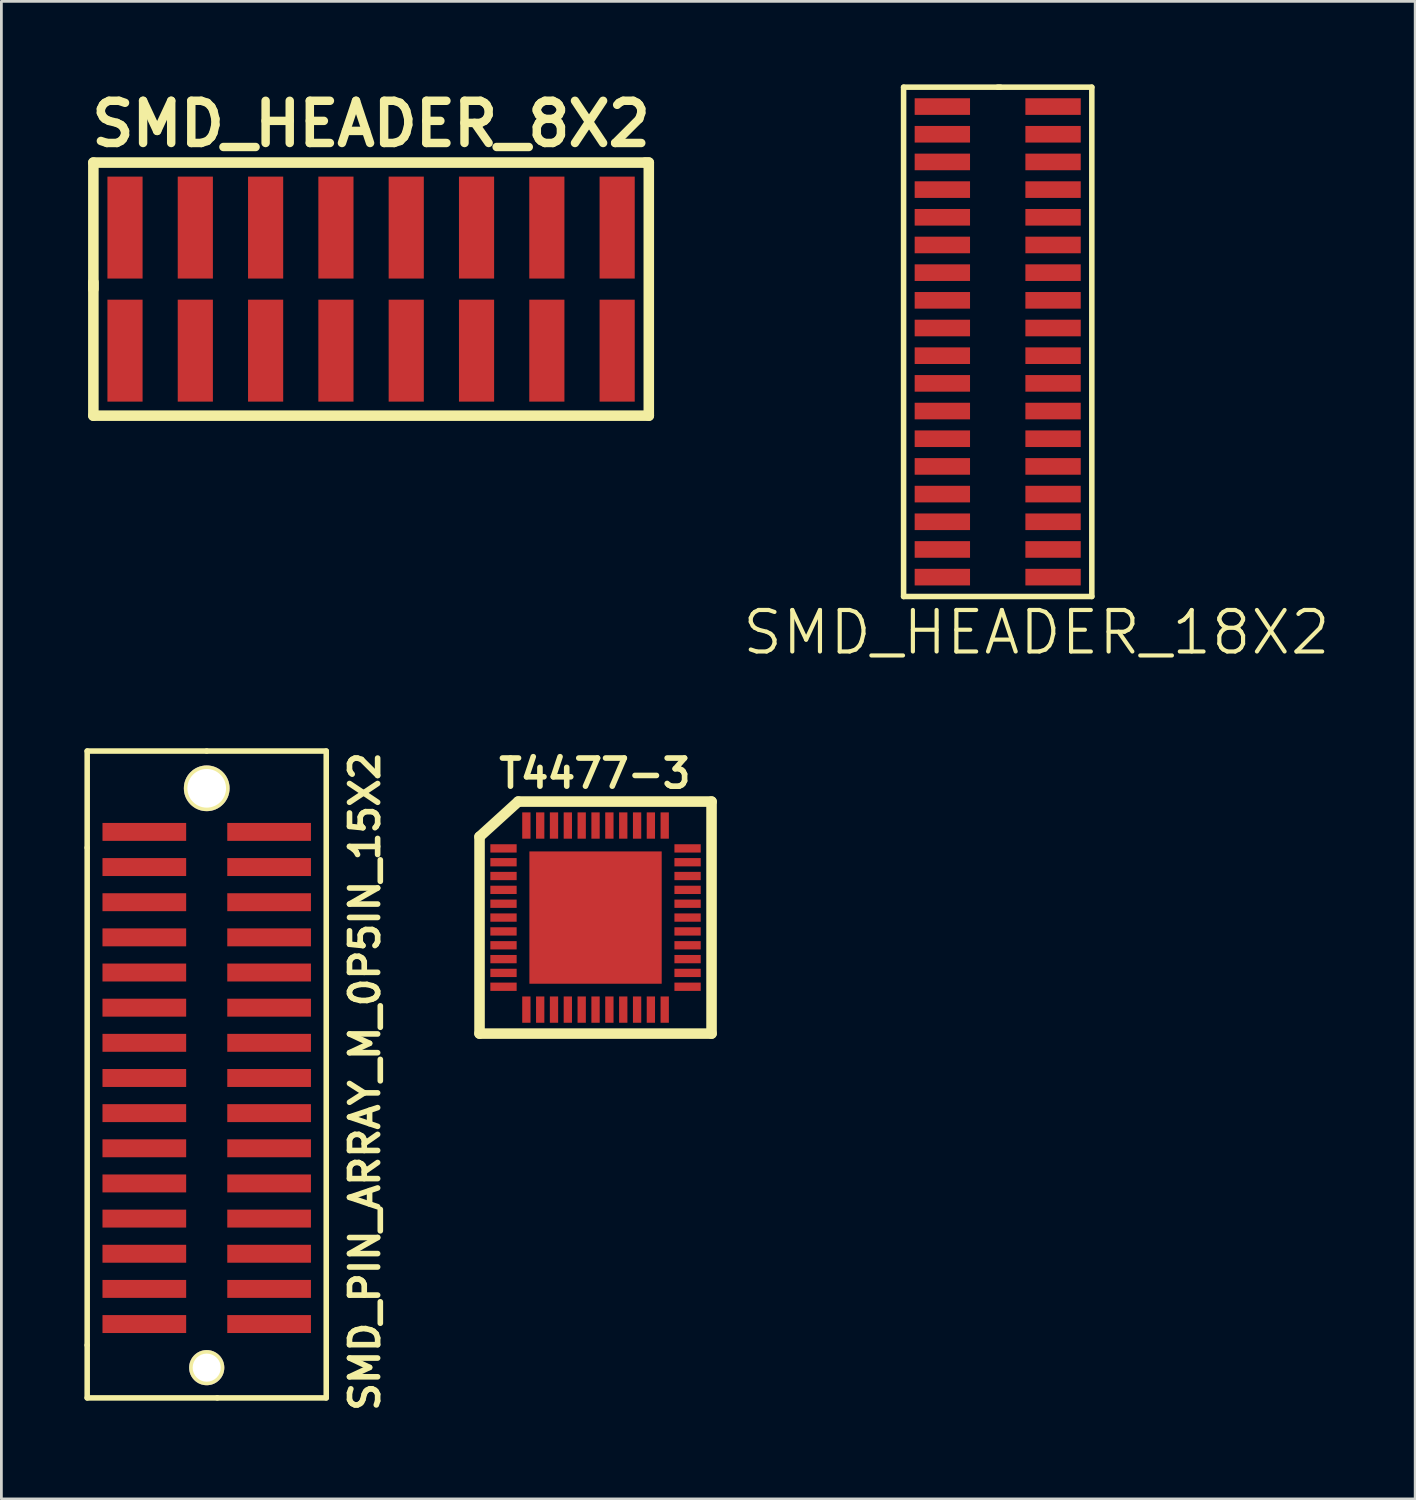
<source format=kicad_pcb>
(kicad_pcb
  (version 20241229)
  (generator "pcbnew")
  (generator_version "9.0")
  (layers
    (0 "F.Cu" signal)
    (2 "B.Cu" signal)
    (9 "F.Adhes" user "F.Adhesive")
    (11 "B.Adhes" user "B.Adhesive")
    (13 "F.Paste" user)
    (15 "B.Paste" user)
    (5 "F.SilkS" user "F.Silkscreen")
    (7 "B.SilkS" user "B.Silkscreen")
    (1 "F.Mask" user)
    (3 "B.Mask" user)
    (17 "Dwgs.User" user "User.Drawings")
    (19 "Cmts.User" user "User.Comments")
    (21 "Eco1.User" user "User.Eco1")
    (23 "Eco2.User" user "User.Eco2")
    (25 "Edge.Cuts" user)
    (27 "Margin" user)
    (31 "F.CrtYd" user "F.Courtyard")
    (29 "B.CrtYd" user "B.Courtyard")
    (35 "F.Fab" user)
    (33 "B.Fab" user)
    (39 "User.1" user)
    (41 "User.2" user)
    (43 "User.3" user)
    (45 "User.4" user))
  (footprint "T4477-3"
    (layer "F.Cu")
    (at 18.465 30.099)
    (property "Reference" "T4477-3" (at -0.025 -5.207 0) (layer "F.SilkS") (effects (font (size 1.016 1.016) (thickness 0.203))))
    (attr through_hole)
    (fp_line (start -4.191 -2.921) (end -4.191 4.191) (stroke (width 0.381) (type solid)) (layer "F.SilkS"))
    (fp_line (start -4.191 4.191) (end 4.191 4.191) (stroke (width 0.381) (type solid)) (layer "F.SilkS"))
    (fp_line (start -2.794 -4.191) (end -4.191 -2.921) (stroke (width 0.381) (type solid)) (layer "F.SilkS"))
    (fp_line (start 4.191 -4.191) (end -2.794 -4.191) (stroke (width 0.381) (type solid)) (layer "F.SilkS"))
    (fp_line (start 4.191 4.191) (end 4.191 -4.191) (stroke (width 0.381) (type solid)) (layer "F.SilkS"))
    (pad "1" smd rect (at -3.325 -2.499) (size 0.95 0.3) (layers "F.Cu" "F.Mask" "F.Paste"))
    (pad "2" smd rect (at -3.325 -1.999) (size 0.95 0.3) (layers "F.Cu" "F.Mask" "F.Paste"))
    (pad "3" smd rect (at -3.325 -1.501) (size 0.95 0.3) (layers "F.Cu" "F.Mask" "F.Paste"))
    (pad "4" smd rect (at -3.325 -1.001) (size 0.95 0.3) (layers "F.Cu" "F.Mask" "F.Paste"))
    (pad "5" smd rect (at -3.325 -0.5) (size 0.95 0.3) (layers "F.Cu" "F.Mask" "F.Paste"))
    (pad "6" smd rect (at -3.325 0) (size 0.95 0.3) (layers "F.Cu" "F.Mask" "F.Paste"))
    (pad "7" smd rect (at -3.325 0.5) (size 0.95 0.3) (layers "F.Cu" "F.Mask" "F.Paste"))
    (pad "8" smd rect (at -3.325 1.001) (size 0.95 0.3) (layers "F.Cu" "F.Mask" "F.Paste"))
    (pad "9" smd rect (at -3.325 1.501) (size 0.95 0.3) (layers "F.Cu" "F.Mask" "F.Paste"))
    (pad "10" smd rect (at -3.325 1.999) (size 0.95 0.3) (layers "F.Cu" "F.Mask" "F.Paste"))
    (pad "11" smd rect (at -3.325 2.499) (size 0.95 0.3) (layers "F.Cu" "F.Mask" "F.Paste"))
    (pad "12" smd rect (at -2.499 3.325) (size 0.3 0.95) (layers "F.Cu" "F.Mask" "F.Paste"))
    (pad "13" smd rect (at -1.999 3.325) (size 0.3 0.95) (layers "F.Cu" "F.Mask" "F.Paste"))
    (pad "14" smd rect (at -1.501 3.325) (size 0.3 0.95) (layers "F.Cu" "F.Mask" "F.Paste"))
    (pad "15" smd rect (at -1.001 3.325) (size 0.3 0.95) (layers "F.Cu" "F.Mask" "F.Paste"))
    (pad "16" smd rect (at -0.5 3.325) (size 0.3 0.95) (layers "F.Cu" "F.Mask" "F.Paste"))
    (pad "17" smd rect (at 0 3.325) (size 0.3 0.95) (layers "F.Cu" "F.Mask" "F.Paste"))
    (pad "18" smd rect (at 0.5 3.325) (size 0.3 0.95) (layers "F.Cu" "F.Mask" "F.Paste"))
    (pad "19" smd rect (at 1.001 3.325) (size 0.3 0.95) (layers "F.Cu" "F.Mask" "F.Paste"))
    (pad "20" smd rect (at 1.501 3.325) (size 0.3 0.95) (layers "F.Cu" "F.Mask" "F.Paste"))
    (pad "21" smd rect (at 1.999 3.325) (size 0.3 0.95) (layers "F.Cu" "F.Mask" "F.Paste"))
    (pad "22" smd rect (at 2.499 3.325) (size 0.3 0.95) (layers "F.Cu" "F.Mask" "F.Paste"))
    (pad "23" smd rect (at 3.325 2.499) (size 0.95 0.3) (layers "F.Cu" "F.Mask" "F.Paste"))
    (pad "24" smd rect (at 3.325 1.999) (size 0.95 0.3) (layers "F.Cu" "F.Mask" "F.Paste"))
    (pad "25" smd rect (at 3.325 1.501) (size 0.95 0.3) (layers "F.Cu" "F.Mask" "F.Paste"))
    (pad "26" smd rect (at 3.325 1.001) (size 0.95 0.3) (layers "F.Cu" "F.Mask" "F.Paste"))
    (pad "27" smd rect (at 3.325 0.5) (size 0.95 0.3) (layers "F.Cu" "F.Mask" "F.Paste"))
    (pad "28" smd rect (at 3.325 0) (size 0.95 0.3) (layers "F.Cu" "F.Mask" "F.Paste"))
    (pad "29" smd rect (at 3.325 -0.5) (size 0.95 0.3) (layers "F.Cu" "F.Mask" "F.Paste"))
    (pad "30" smd rect (at 3.325 -1.001) (size 0.95 0.3) (layers "F.Cu" "F.Mask" "F.Paste"))
    (pad "31" smd rect (at 3.325 -1.501) (size 0.95 0.3) (layers "F.Cu" "F.Mask" "F.Paste"))
    (pad "32" smd rect (at 3.325 -1.999) (size 0.95 0.3) (layers "F.Cu" "F.Mask" "F.Paste"))
    (pad "33" smd rect (at 3.325 -2.499) (size 0.95 0.3) (layers "F.Cu" "F.Mask" "F.Paste"))
    (pad "34" smd rect (at 2.499 -3.325) (size 0.3 0.95) (layers "F.Cu" "F.Mask" "F.Paste"))
    (pad "35" smd rect (at 1.999 -3.325) (size 0.3 0.95) (layers "F.Cu" "F.Mask" "F.Paste"))
    (pad "36" smd rect (at 1.501 -3.325) (size 0.3 0.95) (layers "F.Cu" "F.Mask" "F.Paste"))
    (pad "37" smd rect (at 1.001 -3.325) (size 0.3 0.95) (layers "F.Cu" "F.Mask" "F.Paste"))
    (pad "38" smd rect (at 0.5 -3.325) (size 0.3 0.95) (layers "F.Cu" "F.Mask" "F.Paste"))
    (pad "39" smd rect (at 0 -3.325) (size 0.3 0.95) (layers "F.Cu" "F.Mask" "F.Paste"))
    (pad "40" smd rect (at -0.5 -3.325) (size 0.3 0.95) (layers "F.Cu" "F.Mask" "F.Paste"))
    (pad "41" smd rect (at -1.001 -3.325) (size 0.3 0.95) (layers "F.Cu" "F.Mask" "F.Paste"))
    (pad "42" smd rect (at -1.501 -3.325) (size 0.3 0.95) (layers "F.Cu" "F.Mask" "F.Paste"))
    (pad "43" smd rect (at -1.999 -3.325) (size 0.3 0.95) (layers "F.Cu" "F.Mask" "F.Paste"))
    (pad "44" smd rect (at -2.499 -3.325) (size 0.3 0.95) (layers "F.Cu" "F.Mask" "F.Paste"))
    (pad "45" smd rect (at 0 0) (size 4.78 4.78) (layers "F.Cu" "F.Mask" "F.Paste")))
  (footprint "SMD_HEADER_8X2"
    (layer "F.Cu")
    (at 10.356 7.395)
    (property "Reference" "SMD_HEADER_8X2" (at 0 -5.969 0) (layer "F.SilkS") (effects (font (size 1.524 1.524) (thickness 0.305))))
    (attr through_hole)
    (fp_line (start -10.033 -4.572) (end 9.906 -4.572) (stroke (width 0.381) (type solid)) (layer "F.SilkS"))
    (fp_line (start -10.033 0) (end -10.033 -4.572) (stroke (width 0.381) (type solid)) (layer "F.SilkS"))
    (fp_line (start -10.033 4.572) (end -10.033 -0.254) (stroke (width 0.381) (type solid)) (layer "F.SilkS"))
    (fp_line (start 9.906 -4.572) (end 10.033 -4.572) (stroke (width 0.381) (type solid)) (layer "F.SilkS"))
    (fp_line (start 10.033 -4.572) (end 10.033 4.572) (stroke (width 0.381) (type solid)) (layer "F.SilkS"))
    (fp_line (start 10.033 4.572) (end -10.033 4.572) (stroke (width 0.381) (type solid)) (layer "F.SilkS"))
    (pad "1" smd rect (at -8.89 2.223) (size 1.27 3.683) (layers "F.Cu" "F.Mask" "F.Paste"))
    (pad "2" smd rect (at -8.89 -2.223) (size 1.27 3.683) (layers "F.Cu" "F.Mask" "F.Paste"))
    (pad "3" smd rect (at -6.35 2.223) (size 1.27 3.683) (layers "F.Cu" "F.Mask" "F.Paste"))
    (pad "4" smd rect (at -6.35 -2.223) (size 1.27 3.683) (layers "F.Cu" "F.Mask" "F.Paste"))
    (pad "5" smd rect (at -3.81 2.223) (size 1.27 3.683) (layers "F.Cu" "F.Mask" "F.Paste"))
    (pad "6" smd rect (at -3.81 -2.223) (size 1.27 3.683) (layers "F.Cu" "F.Mask" "F.Paste"))
    (pad "7" smd rect (at -1.27 2.223) (size 1.27 3.683) (layers "F.Cu" "F.Mask" "F.Paste"))
    (pad "8" smd rect (at -1.27 -2.223) (size 1.27 3.683) (layers "F.Cu" "F.Mask" "F.Paste"))
    (pad "9" smd rect (at 1.27 2.223) (size 1.27 3.683) (layers "F.Cu" "F.Mask" "F.Paste"))
    (pad "10" smd rect (at 1.27 -2.223) (size 1.27 3.683) (layers "F.Cu" "F.Mask" "F.Paste"))
    (pad "11" smd rect (at 3.81 2.223) (size 1.27 3.683) (layers "F.Cu" "F.Mask" "F.Paste"))
    (pad "12" smd rect (at 3.81 -2.223) (size 1.27 3.683) (layers "F.Cu" "F.Mask" "F.Paste"))
    (pad "13" smd rect (at 6.35 2.223) (size 1.27 3.683) (layers "F.Cu" "F.Mask" "F.Paste"))
    (pad "14" smd rect (at 6.35 -2.223) (size 1.27 3.683) (layers "F.Cu" "F.Mask" "F.Paste"))
    (pad "15" smd rect (at 8.89 2.223) (size 1.27 3.683) (layers "F.Cu" "F.Mask" "F.Paste"))
    (pad "16" smd rect (at 8.89 -2.223) (size 1.27 3.683) (layers "F.Cu" "F.Mask" "F.Paste")))
  (footprint "SMD_PIN_ARRAY_M_0P5IN_15X2"
    (layer "F.Cu")
    (at 4.418 35.894)
    (property "Reference" "SMD_PIN_ARRAY_M_0P5IN_15X2" (at 5.715 0.127 90) (layer "F.SilkS") (effects (font (size 1.016 1.016) (thickness 0.203))))
    (attr through_hole)
    (fp_line (start -4.318 -11.811) (end -4.318 -8.319) (stroke (width 0.2) (type solid)) (layer "F.SilkS"))
    (fp_line (start -4.318 -8.319) (end -4.318 9.652) (stroke (width 0.2) (type solid)) (layer "F.SilkS"))
    (fp_line (start -4.318 9.652) (end -4.318 11.557) (stroke (width 0.2) (type solid)) (layer "F.SilkS"))
    (fp_line (start -4.318 11.557) (end 0.381 11.557) (stroke (width 0.2) (type solid)) (layer "F.SilkS"))
    (fp_line (start 0 -11.811) (end -4.318 -11.811) (stroke (width 0.2) (type solid)) (layer "F.SilkS"))
    (fp_line (start 0 -11.811) (end 4.318 -11.811) (stroke (width 0.2) (type solid)) (layer "F.SilkS"))
    (fp_line (start 0.381 11.557) (end 4.318 11.557) (stroke (width 0.2) (type solid)) (layer "F.SilkS"))
    (fp_line (start 4.318 -11.811) (end 4.318 11.557) (stroke (width 0.2) (type solid)) (layer "F.SilkS"))
    (pad "" thru_hole circle (at 0 -10.465) (size 1.651 1.651) (drill 1.397) (layers "*.Cu" "*.Mask" "F.SilkS"))
    (pad "" thru_hole circle (at 0 10.465) (size 1.27 1.27) (drill 1.016) (layers "*.Cu" "*.Mask" "F.SilkS"))
    (pad "1" smd rect (at -2.254 -8.89) (size 3.023 0.648) (layers "F.Cu" "F.Mask" "F.Paste"))
    (pad "2" smd rect (at 2.254 -8.89) (size 3.023 0.648) (layers "F.Cu" "F.Mask" "F.Paste"))
    (pad "3" smd rect (at -2.254 -7.62) (size 3.023 0.648) (layers "F.Cu" "F.Mask" "F.Paste"))
    (pad "4" smd rect (at 2.254 -7.62) (size 3.023 0.648) (layers "F.Cu" "F.Mask" "F.Paste"))
    (pad "5" smd rect (at -2.254 -6.35) (size 3.023 0.648) (layers "F.Cu" "F.Mask" "F.Paste"))
    (pad "6" smd rect (at 2.254 -6.35) (size 3.023 0.648) (layers "F.Cu" "F.Mask" "F.Paste"))
    (pad "7" smd rect (at -2.254 -5.08) (size 3.023 0.648) (layers "F.Cu" "F.Mask" "F.Paste"))
    (pad "8" smd rect (at 2.254 -5.08) (size 3.023 0.648) (layers "F.Cu" "F.Mask" "F.Paste"))
    (pad "9" smd rect (at -2.254 -3.81) (size 3.023 0.648) (layers "F.Cu" "F.Mask" "F.Paste"))
    (pad "10" smd rect (at 2.254 -3.81) (size 3.023 0.648) (layers "F.Cu" "F.Mask" "F.Paste"))
    (pad "11" smd rect (at -2.254 -2.54) (size 3.023 0.648) (layers "F.Cu" "F.Mask" "F.Paste"))
    (pad "12" smd rect (at 2.254 -2.54) (size 3.023 0.648) (layers "F.Cu" "F.Mask" "F.Paste"))
    (pad "13" smd rect (at -2.254 -1.27) (size 3.023 0.648) (layers "F.Cu" "F.Mask" "F.Paste"))
    (pad "14" smd rect (at 2.254 -1.27) (size 3.023 0.648) (layers "F.Cu" "F.Mask" "F.Paste"))
    (pad "15" smd rect (at -2.254 0) (size 3.023 0.648) (layers "F.Cu" "F.Mask" "F.Paste"))
    (pad "16" smd rect (at 2.254 0) (size 3.023 0.648) (layers "F.Cu" "F.Mask" "F.Paste"))
    (pad "17" smd rect (at -2.254 1.27) (size 3.023 0.648) (layers "F.Cu" "F.Mask" "F.Paste"))
    (pad "18" smd rect (at 2.254 1.27) (size 3.023 0.648) (layers "F.Cu" "F.Mask" "F.Paste"))
    (pad "19" smd rect (at -2.254 2.54) (size 3.023 0.648) (layers "F.Cu" "F.Mask" "F.Paste"))
    (pad "20" smd rect (at 2.254 2.54) (size 3.023 0.648) (layers "F.Cu" "F.Mask" "F.Paste"))
    (pad "21" smd rect (at -2.254 3.81) (size 3.023 0.648) (layers "F.Cu" "F.Mask" "F.Paste"))
    (pad "22" smd rect (at 2.254 3.81) (size 3.023 0.648) (layers "F.Cu" "F.Mask" "F.Paste"))
    (pad "23" smd rect (at -2.254 5.08) (size 3.023 0.648) (layers "F.Cu" "F.Mask" "F.Paste"))
    (pad "24" smd rect (at 2.254 5.08) (size 3.023 0.648) (layers "F.Cu" "F.Mask" "F.Paste"))
    (pad "25" smd rect (at -2.254 6.35) (size 3.023 0.648) (layers "F.Cu" "F.Mask" "F.Paste"))
    (pad "26" smd rect (at 2.254 6.35) (size 3.023 0.648) (layers "F.Cu" "F.Mask" "F.Paste"))
    (pad "27" smd rect (at -2.254 7.62) (size 3.023 0.648) (layers "F.Cu" "F.Mask" "F.Paste"))
    (pad "28" smd rect (at 2.254 7.62) (size 3.023 0.648) (layers "F.Cu" "F.Mask" "F.Paste"))
    (pad "29" smd rect (at -2.254 8.89) (size 3.023 0.648) (layers "F.Cu" "F.Mask" "F.Paste"))
    (pad "30" smd rect (at 2.254 8.89) (size 3.023 0.648) (layers "F.Cu" "F.Mask" "F.Paste")))
  (footprint "SMD_HEADER_18X2"
    (layer "F.Cu")
    (at 32.994 9.3)
    (property "Reference" "SMD_HEADER_18X2" (at 1.4 10.5 180) (layer "F.SilkS") (effects (font (size 1.5 1.5) (thickness 0.15))))
    (attr through_hole)
    (fp_line (start -3.4 -9.2) (end 0.1 -9.2) (stroke (width 0.2) (type solid)) (layer "F.SilkS"))
    (fp_line (start -3.4 9.2) (end -3.4 -9.2) (stroke (width 0.2) (type solid)) (layer "F.SilkS"))
    (fp_line (start 0 -9.2) (end 3.4 -9.2) (stroke (width 0.2) (type solid)) (layer "F.SilkS"))
    (fp_line (start 3.4 -9.2) (end 3.4 9.2) (stroke (width 0.2) (type solid)) (layer "F.SilkS"))
    (fp_line (start 3.4 9.2) (end -3.4 9.2) (stroke (width 0.2) (type solid)) (layer "F.SilkS"))
    (pad "1" smd rect (at -2 -8.5) (size 2 0.6) (layers "F.Cu" "F.Mask" "F.Paste"))
    (pad "2" smd rect (at 2 -8.5) (size 2 0.6) (layers "F.Cu" "F.Mask" "F.Paste"))
    (pad "3" smd rect (at -2 -7.5) (size 2 0.6) (layers "F.Cu" "F.Mask" "F.Paste"))
    (pad "4" smd rect (at 2 -7.5) (size 2 0.6) (layers "F.Cu" "F.Mask" "F.Paste"))
    (pad "5" smd rect (at -2 -6.5) (size 2 0.6) (layers "F.Cu" "F.Mask" "F.Paste"))
    (pad "6" smd rect (at 2 -6.5) (size 2 0.6) (layers "F.Cu" "F.Mask" "F.Paste"))
    (pad "7" smd rect (at -2 -5.5) (size 2 0.6) (layers "F.Cu" "F.Mask" "F.Paste"))
    (pad "8" smd rect (at 2 -5.5) (size 2 0.6) (layers "F.Cu" "F.Mask" "F.Paste"))
    (pad "9" smd rect (at -2 -4.5) (size 2 0.6) (layers "F.Cu" "F.Mask" "F.Paste"))
    (pad "10" smd rect (at 2 -4.5) (size 2 0.6) (layers "F.Cu" "F.Mask" "F.Paste"))
    (pad "11" smd rect (at -2 -3.5) (size 2 0.6) (layers "F.Cu" "F.Mask" "F.Paste"))
    (pad "12" smd rect (at 2 -3.5) (size 2 0.6) (layers "F.Cu" "F.Mask" "F.Paste"))
    (pad "13" smd rect (at -2 -2.5) (size 2 0.6) (layers "F.Cu" "F.Mask" "F.Paste"))
    (pad "14" smd rect (at 2 -2.5) (size 2 0.6) (layers "F.Cu" "F.Mask" "F.Paste"))
    (pad "15" smd rect (at -2 -1.5) (size 2 0.6) (layers "F.Cu" "F.Mask" "F.Paste"))
    (pad "16" smd rect (at 2 -1.5) (size 2 0.6) (layers "F.Cu" "F.Mask" "F.Paste"))
    (pad "17" smd rect (at -2 -0.5) (size 2 0.6) (layers "F.Cu" "F.Mask" "F.Paste"))
    (pad "18" smd rect (at 2 -0.5) (size 2 0.6) (layers "F.Cu" "F.Mask" "F.Paste"))
    (pad "19" smd rect (at -2 0.5) (size 2 0.6) (layers "F.Cu" "F.Mask" "F.Paste"))
    (pad "20" smd rect (at 2 0.5) (size 2 0.6) (layers "F.Cu" "F.Mask" "F.Paste"))
    (pad "21" smd rect (at -2 1.5) (size 2 0.6) (layers "F.Cu" "F.Mask" "F.Paste"))
    (pad "22" smd rect (at 2 1.5) (size 2 0.6) (layers "F.Cu" "F.Mask" "F.Paste"))
    (pad "23" smd rect (at -2 2.5) (size 2 0.6) (layers "F.Cu" "F.Mask" "F.Paste"))
    (pad "24" smd rect (at 2 2.5) (size 2 0.6) (layers "F.Cu" "F.Mask" "F.Paste"))
    (pad "25" smd rect (at -2 3.5) (size 2 0.6) (layers "F.Cu" "F.Mask" "F.Paste"))
    (pad "26" smd rect (at 2 3.5) (size 2 0.6) (layers "F.Cu" "F.Mask" "F.Paste"))
    (pad "27" smd rect (at -2 4.5) (size 2 0.6) (layers "F.Cu" "F.Mask" "F.Paste"))
    (pad "28" smd rect (at 2 4.5) (size 2 0.6) (layers "F.Cu" "F.Mask" "F.Paste"))
    (pad "29" smd rect (at -2 5.5) (size 2 0.6) (layers "F.Cu" "F.Mask" "F.Paste"))
    (pad "30" smd rect (at 2 5.5) (size 2 0.6) (layers "F.Cu" "F.Mask" "F.Paste"))
    (pad "31" smd rect (at -2 6.5) (size 2 0.6) (layers "F.Cu" "F.Mask" "F.Paste"))
    (pad "32" smd rect (at 2 6.5) (size 2 0.6) (layers "F.Cu" "F.Mask" "F.Paste"))
    (pad "33" smd rect (at -2 7.5) (size 2 0.6) (layers "F.Cu" "F.Mask" "F.Paste"))
    (pad "34" smd rect (at 2 7.5) (size 2 0.6) (layers "F.Cu" "F.Mask" "F.Paste"))
    (pad "35" smd rect (at -2 8.5) (size 2 0.6) (layers "F.Cu" "F.Mask" "F.Paste"))
    (pad "36" smd rect (at 2 8.5) (size 2 0.6) (layers "F.Cu" "F.Mask" "F.Paste")))
  (gr_rect
    (start -3 -3)
    (end 48.076 51.102)
    (stroke (width 0.1) (type default))
    (fill no)
    (layer "Edge.Cuts")))
</source>
